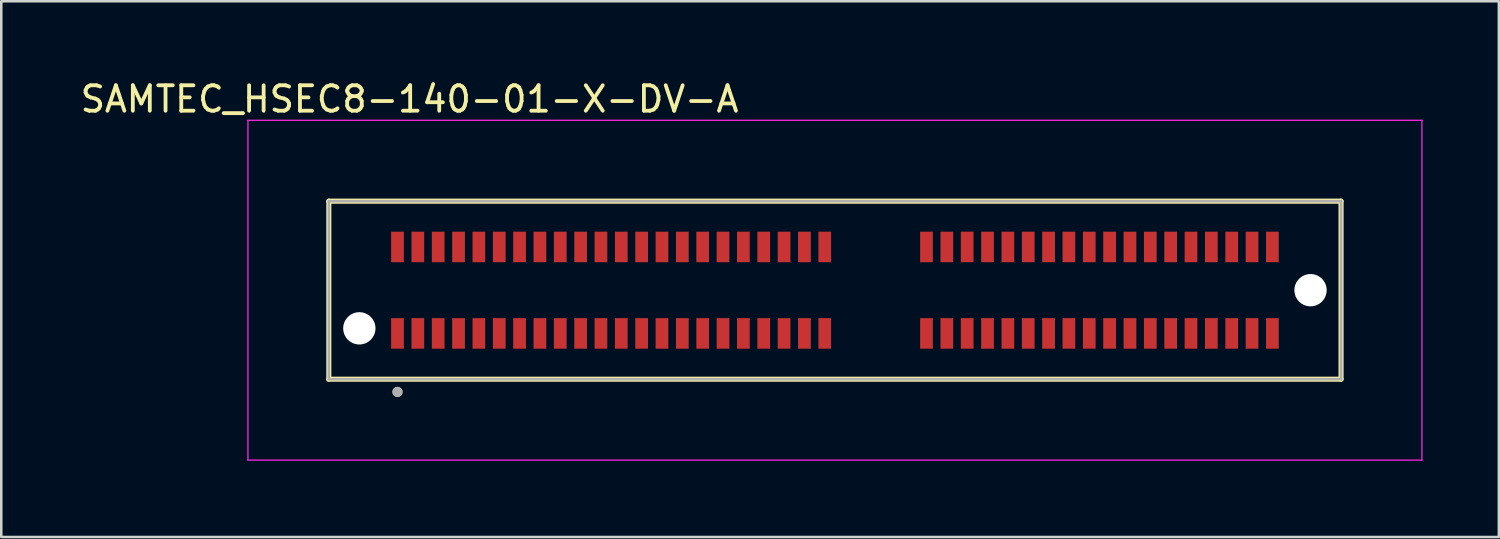
<source format=kicad_pcb>
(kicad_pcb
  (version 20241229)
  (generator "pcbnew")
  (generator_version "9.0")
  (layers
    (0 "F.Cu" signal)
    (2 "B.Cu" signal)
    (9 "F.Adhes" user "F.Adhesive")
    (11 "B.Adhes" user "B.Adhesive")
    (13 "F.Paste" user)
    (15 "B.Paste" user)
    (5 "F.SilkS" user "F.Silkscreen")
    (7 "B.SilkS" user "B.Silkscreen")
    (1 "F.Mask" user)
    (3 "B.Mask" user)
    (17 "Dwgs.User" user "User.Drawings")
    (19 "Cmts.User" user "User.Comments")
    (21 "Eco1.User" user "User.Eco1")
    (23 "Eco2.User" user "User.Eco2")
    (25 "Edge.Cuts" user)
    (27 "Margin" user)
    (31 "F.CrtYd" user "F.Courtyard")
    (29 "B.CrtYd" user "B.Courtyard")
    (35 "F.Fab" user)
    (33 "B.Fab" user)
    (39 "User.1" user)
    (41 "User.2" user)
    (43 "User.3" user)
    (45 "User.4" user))
  (footprint "SAMTEC_HSEC8-140-01-X-DV-A"
    (layer "F.Cu")
    (at 29.779 8.36)
    (property "Reference" "SAMTEC_HSEC8-140-01-X-DV-A" (at -16.725 -7.512 0) (layer "F.SilkS") (effects (font (size 1 1) (thickness 0.15))))
    (attr smd)
    (fp_line (start -19.9 -3.5) (end -19.9 3.5) (stroke (width 0.2) (type solid)) (layer "F.SilkS"))
    (fp_line (start -19.9 3.5) (end 19.9 3.5) (stroke (width 0.2) (type solid)) (layer "F.SilkS"))
    (fp_line (start 19.9 -3.5) (end -19.9 -3.5) (stroke (width 0.2) (type solid)) (layer "F.SilkS"))
    (fp_line (start 19.9 3.5) (end 19.9 -3.5) (stroke (width 0.2) (type solid)) (layer "F.SilkS"))
    (fp_circle (center -17.2 4) (end -17.1 4) (stroke (width 0.2) (type solid)) (fill no) (layer "F.SilkS"))
    (fp_line (start -23.08 -6.68) (end -23.08 6.68) (stroke (width 0.05) (type solid)) (layer "F.CrtYd"))
    (fp_line (start -23.08 6.68) (end 23.08 6.68) (stroke (width 0.05) (type solid)) (layer "F.CrtYd"))
    (fp_line (start 23.08 -6.68) (end -23.08 -6.68) (stroke (width 0.05) (type solid)) (layer "F.CrtYd"))
    (fp_line (start 23.08 6.68) (end 23.08 -6.68) (stroke (width 0.05) (type solid)) (layer "F.CrtYd"))
    (fp_line (start -19.9 -3.5) (end -19.9 3.5) (stroke (width 0.1) (type solid)) (layer "F.Fab"))
    (fp_line (start -19.9 3.5) (end 19.9 3.5) (stroke (width 0.1) (type solid)) (layer "F.Fab"))
    (fp_line (start 19.9 -3.5) (end -19.9 -3.5) (stroke (width 0.1) (type solid)) (layer "F.Fab"))
    (fp_line (start 19.9 3.5) (end 19.9 -3.5) (stroke (width 0.1) (type solid)) (layer "F.Fab"))
    (fp_circle (center -17.2 4) (end -17.1 4) (stroke (width 0.2) (type solid)) (fill no) (layer "F.Fab"))
    (pad "" np_thru_hole circle (at -18.7 1.5) (size 1.27 1.27) (drill 1.27) (layers "*.Cu" "*.Mask"))
    (pad "" np_thru_hole circle (at 18.7 0) (size 1.27 1.27) (drill 1.27) (layers "*.Cu" "*.Mask"))
    (pad "01" smd rect (at -17.2 1.7) (size 0.5 1.2) (layers "F.Cu" "F.Mask" "F.Paste"))
    (pad "02" smd rect (at -17.2 -1.7) (size 0.5 1.2) (layers "F.Cu" "F.Mask" "F.Paste"))
    (pad "03" smd rect (at -16.4 1.7) (size 0.5 1.2) (layers "F.Cu" "F.Mask" "F.Paste"))
    (pad "04" smd rect (at -16.4 -1.7) (size 0.5 1.2) (layers "F.Cu" "F.Mask" "F.Paste"))
    (pad "05" smd rect (at -15.6 1.7) (size 0.5 1.2) (layers "F.Cu" "F.Mask" "F.Paste"))
    (pad "06" smd rect (at -15.6 -1.7) (size 0.5 1.2) (layers "F.Cu" "F.Mask" "F.Paste"))
    (pad "07" smd rect (at -14.8 1.7) (size 0.5 1.2) (layers "F.Cu" "F.Mask" "F.Paste"))
    (pad "08" smd rect (at -14.8 -1.7) (size 0.5 1.2) (layers "F.Cu" "F.Mask" "F.Paste"))
    (pad "09" smd rect (at -14 1.7) (size 0.5 1.2) (layers "F.Cu" "F.Mask" "F.Paste"))
    (pad "10" smd rect (at -14 -1.7) (size 0.5 1.2) (layers "F.Cu" "F.Mask" "F.Paste"))
    (pad "11" smd rect (at -13.2 1.7) (size 0.5 1.2) (layers "F.Cu" "F.Mask" "F.Paste"))
    (pad "12" smd rect (at -13.2 -1.7) (size 0.5 1.2) (layers "F.Cu" "F.Mask" "F.Paste"))
    (pad "13" smd rect (at -12.4 1.7) (size 0.5 1.2) (layers "F.Cu" "F.Mask" "F.Paste"))
    (pad "14" smd rect (at -12.4 -1.7) (size 0.5 1.2) (layers "F.Cu" "F.Mask" "F.Paste"))
    (pad "15" smd rect (at -11.6 1.7) (size 0.5 1.2) (layers "F.Cu" "F.Mask" "F.Paste"))
    (pad "16" smd rect (at -11.6 -1.7) (size 0.5 1.2) (layers "F.Cu" "F.Mask" "F.Paste"))
    (pad "17" smd rect (at -10.8 1.7) (size 0.5 1.2) (layers "F.Cu" "F.Mask" "F.Paste"))
    (pad "18" smd rect (at -10.8 -1.7) (size 0.5 1.2) (layers "F.Cu" "F.Mask" "F.Paste"))
    (pad "19" smd rect (at -10 1.7) (size 0.5 1.2) (layers "F.Cu" "F.Mask" "F.Paste"))
    (pad "20" smd rect (at -10 -1.7) (size 0.5 1.2) (layers "F.Cu" "F.Mask" "F.Paste"))
    (pad "21" smd rect (at -9.2 1.7) (size 0.5 1.2) (layers "F.Cu" "F.Mask" "F.Paste"))
    (pad "22" smd rect (at -9.2 -1.7) (size 0.5 1.2) (layers "F.Cu" "F.Mask" "F.Paste"))
    (pad "23" smd rect (at -8.4 1.7) (size 0.5 1.2) (layers "F.Cu" "F.Mask" "F.Paste"))
    (pad "24" smd rect (at -8.4 -1.7) (size 0.5 1.2) (layers "F.Cu" "F.Mask" "F.Paste"))
    (pad "25" smd rect (at -7.6 1.7) (size 0.5 1.2) (layers "F.Cu" "F.Mask" "F.Paste"))
    (pad "26" smd rect (at -7.6 -1.7) (size 0.5 1.2) (layers "F.Cu" "F.Mask" "F.Paste"))
    (pad "27" smd rect (at -6.8 1.7) (size 0.5 1.2) (layers "F.Cu" "F.Mask" "F.Paste"))
    (pad "28" smd rect (at -6.8 -1.7) (size 0.5 1.2) (layers "F.Cu" "F.Mask" "F.Paste"))
    (pad "29" smd rect (at -6 1.7) (size 0.5 1.2) (layers "F.Cu" "F.Mask" "F.Paste"))
    (pad "30" smd rect (at -6 -1.7) (size 0.5 1.2) (layers "F.Cu" "F.Mask" "F.Paste"))
    (pad "31" smd rect (at -5.2 1.7) (size 0.5 1.2) (layers "F.Cu" "F.Mask" "F.Paste"))
    (pad "32" smd rect (at -5.2 -1.7) (size 0.5 1.2) (layers "F.Cu" "F.Mask" "F.Paste"))
    (pad "33" smd rect (at -4.4 1.7) (size 0.5 1.2) (layers "F.Cu" "F.Mask" "F.Paste"))
    (pad "34" smd rect (at -4.4 -1.7) (size 0.5 1.2) (layers "F.Cu" "F.Mask" "F.Paste"))
    (pad "35" smd rect (at -3.6 1.7) (size 0.5 1.2) (layers "F.Cu" "F.Mask" "F.Paste"))
    (pad "36" smd rect (at -3.6 -1.7) (size 0.5 1.2) (layers "F.Cu" "F.Mask" "F.Paste"))
    (pad "37" smd rect (at -2.8 1.7) (size 0.5 1.2) (layers "F.Cu" "F.Mask" "F.Paste"))
    (pad "38" smd rect (at -2.8 -1.7) (size 0.5 1.2) (layers "F.Cu" "F.Mask" "F.Paste"))
    (pad "39" smd rect (at -2 1.7) (size 0.5 1.2) (layers "F.Cu" "F.Mask" "F.Paste"))
    (pad "40" smd rect (at -2 -1.7) (size 0.5 1.2) (layers "F.Cu" "F.Mask" "F.Paste"))
    (pad "41" smd rect (at -1.2 1.7) (size 0.5 1.2) (layers "F.Cu" "F.Mask" "F.Paste"))
    (pad "42" smd rect (at -1.2 -1.7) (size 0.5 1.2) (layers "F.Cu" "F.Mask" "F.Paste"))
    (pad "43" smd rect (at -0.4 1.7) (size 0.5 1.2) (layers "F.Cu" "F.Mask" "F.Paste"))
    (pad "44" smd rect (at -0.4 -1.7) (size 0.5 1.2) (layers "F.Cu" "F.Mask" "F.Paste"))
    (pad "45" smd rect (at 3.6 1.7) (size 0.5 1.2) (layers "F.Cu" "F.Mask" "F.Paste"))
    (pad "46" smd rect (at 3.6 -1.7) (size 0.5 1.2) (layers "F.Cu" "F.Mask" "F.Paste"))
    (pad "47" smd rect (at 4.4 1.7) (size 0.5 1.2) (layers "F.Cu" "F.Mask" "F.Paste"))
    (pad "48" smd rect (at 4.4 -1.7) (size 0.5 1.2) (layers "F.Cu" "F.Mask" "F.Paste"))
    (pad "49" smd rect (at 5.2 1.7) (size 0.5 1.2) (layers "F.Cu" "F.Mask" "F.Paste"))
    (pad "50" smd rect (at 5.2 -1.7) (size 0.5 1.2) (layers "F.Cu" "F.Mask" "F.Paste"))
    (pad "51" smd rect (at 6 1.7) (size 0.5 1.2) (layers "F.Cu" "F.Mask" "F.Paste"))
    (pad "52" smd rect (at 6 -1.7) (size 0.5 1.2) (layers "F.Cu" "F.Mask" "F.Paste"))
    (pad "53" smd rect (at 6.8 1.7) (size 0.5 1.2) (layers "F.Cu" "F.Mask" "F.Paste"))
    (pad "54" smd rect (at 6.8 -1.7) (size 0.5 1.2) (layers "F.Cu" "F.Mask" "F.Paste"))
    (pad "55" smd rect (at 7.6 1.7) (size 0.5 1.2) (layers "F.Cu" "F.Mask" "F.Paste"))
    (pad "56" smd rect (at 7.6 -1.7) (size 0.5 1.2) (layers "F.Cu" "F.Mask" "F.Paste"))
    (pad "57" smd rect (at 8.4 1.7) (size 0.5 1.2) (layers "F.Cu" "F.Mask" "F.Paste"))
    (pad "58" smd rect (at 8.4 -1.7) (size 0.5 1.2) (layers "F.Cu" "F.Mask" "F.Paste"))
    (pad "59" smd rect (at 9.2 1.7) (size 0.5 1.2) (layers "F.Cu" "F.Mask" "F.Paste"))
    (pad "60" smd rect (at 9.2 -1.7) (size 0.5 1.2) (layers "F.Cu" "F.Mask" "F.Paste"))
    (pad "61" smd rect (at 10 1.7) (size 0.5 1.2) (layers "F.Cu" "F.Mask" "F.Paste"))
    (pad "62" smd rect (at 10 -1.7) (size 0.5 1.2) (layers "F.Cu" "F.Mask" "F.Paste"))
    (pad "63" smd rect (at 10.8 1.7) (size 0.5 1.2) (layers "F.Cu" "F.Mask" "F.Paste"))
    (pad "64" smd rect (at 10.8 -1.7) (size 0.5 1.2) (layers "F.Cu" "F.Mask" "F.Paste"))
    (pad "65" smd rect (at 11.6 1.7) (size 0.5 1.2) (layers "F.Cu" "F.Mask" "F.Paste"))
    (pad "66" smd rect (at 11.6 -1.7) (size 0.5 1.2) (layers "F.Cu" "F.Mask" "F.Paste"))
    (pad "67" smd rect (at 12.4 1.7) (size 0.5 1.2) (layers "F.Cu" "F.Mask" "F.Paste"))
    (pad "68" smd rect (at 12.4 -1.7) (size 0.5 1.2) (layers "F.Cu" "F.Mask" "F.Paste"))
    (pad "69" smd rect (at 13.2 1.7) (size 0.5 1.2) (layers "F.Cu" "F.Mask" "F.Paste"))
    (pad "70" smd rect (at 13.2 -1.7) (size 0.5 1.2) (layers "F.Cu" "F.Mask" "F.Paste"))
    (pad "71" smd rect (at 14 1.7) (size 0.5 1.2) (layers "F.Cu" "F.Mask" "F.Paste"))
    (pad "72" smd rect (at 14 -1.7) (size 0.5 1.2) (layers "F.Cu" "F.Mask" "F.Paste"))
    (pad "73" smd rect (at 14.8 1.7) (size 0.5 1.2) (layers "F.Cu" "F.Mask" "F.Paste"))
    (pad "74" smd rect (at 14.8 -1.7) (size 0.5 1.2) (layers "F.Cu" "F.Mask" "F.Paste"))
    (pad "75" smd rect (at 15.6 1.7) (size 0.5 1.2) (layers "F.Cu" "F.Mask" "F.Paste"))
    (pad "76" smd rect (at 15.6 -1.7) (size 0.5 1.2) (layers "F.Cu" "F.Mask" "F.Paste"))
    (pad "77" smd rect (at 16.4 1.7) (size 0.5 1.2) (layers "F.Cu" "F.Mask" "F.Paste"))
    (pad "78" smd rect (at 16.4 -1.7) (size 0.5 1.2) (layers "F.Cu" "F.Mask" "F.Paste"))
    (pad "79" smd rect (at 17.2 1.7) (size 0.5 1.2) (layers "F.Cu" "F.Mask" "F.Paste"))
    (pad "80" smd rect (at 17.2 -1.7) (size 0.5 1.2) (layers "F.Cu" "F.Mask" "F.Paste")))
  (gr_rect
    (start -3 -3)
    (end 55.884 18.065)
    (stroke (width 0.1) (type default))
    (fill no)
    (layer "Edge.Cuts")))
</source>
